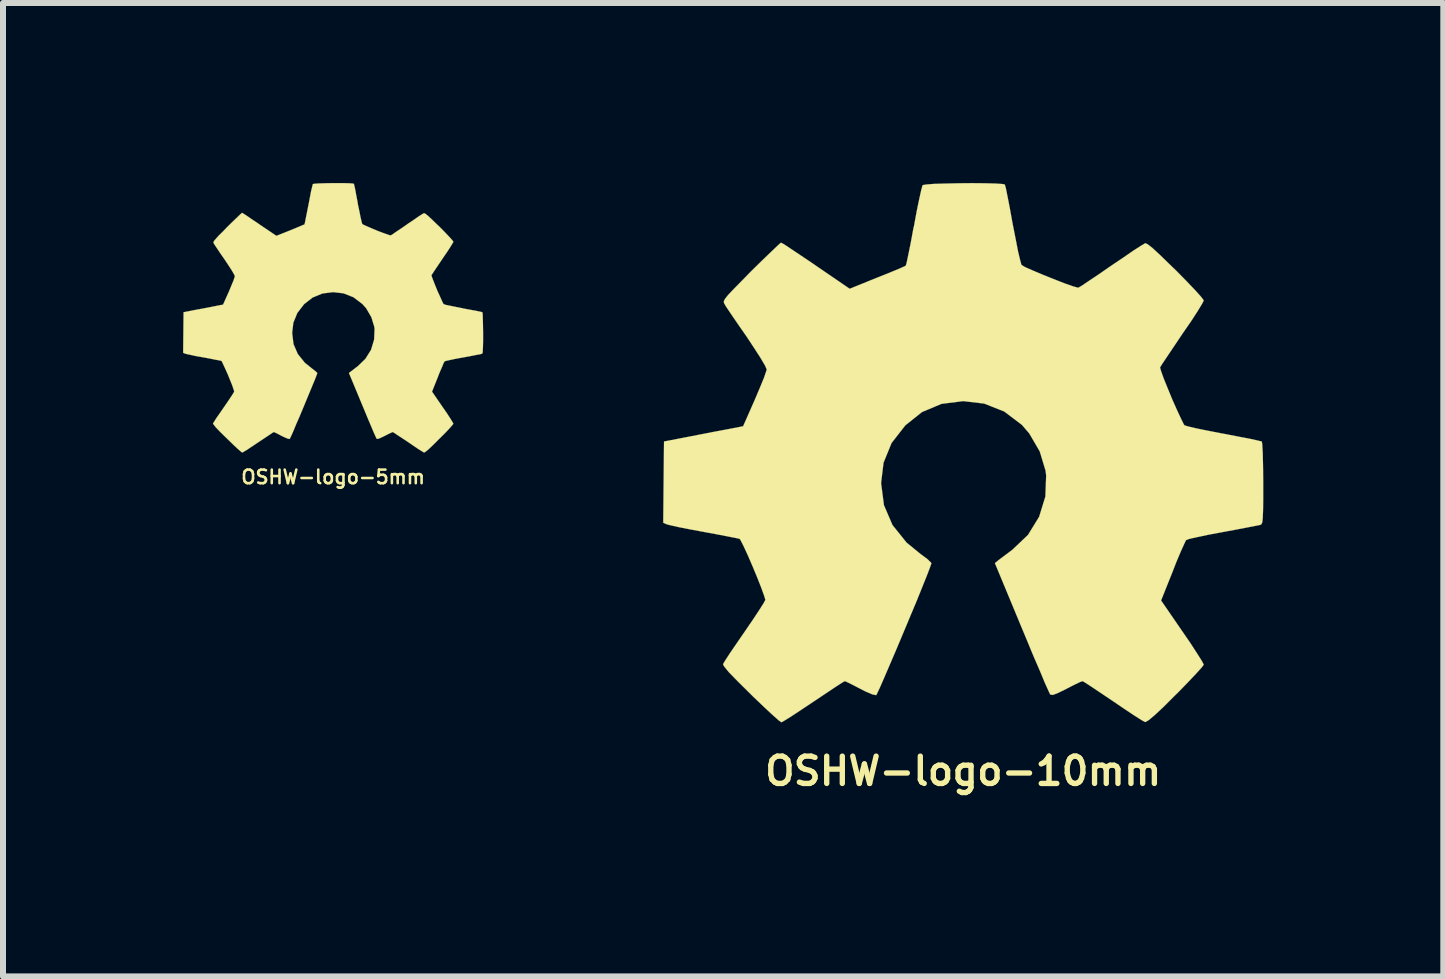
<source format=kicad_pcb>
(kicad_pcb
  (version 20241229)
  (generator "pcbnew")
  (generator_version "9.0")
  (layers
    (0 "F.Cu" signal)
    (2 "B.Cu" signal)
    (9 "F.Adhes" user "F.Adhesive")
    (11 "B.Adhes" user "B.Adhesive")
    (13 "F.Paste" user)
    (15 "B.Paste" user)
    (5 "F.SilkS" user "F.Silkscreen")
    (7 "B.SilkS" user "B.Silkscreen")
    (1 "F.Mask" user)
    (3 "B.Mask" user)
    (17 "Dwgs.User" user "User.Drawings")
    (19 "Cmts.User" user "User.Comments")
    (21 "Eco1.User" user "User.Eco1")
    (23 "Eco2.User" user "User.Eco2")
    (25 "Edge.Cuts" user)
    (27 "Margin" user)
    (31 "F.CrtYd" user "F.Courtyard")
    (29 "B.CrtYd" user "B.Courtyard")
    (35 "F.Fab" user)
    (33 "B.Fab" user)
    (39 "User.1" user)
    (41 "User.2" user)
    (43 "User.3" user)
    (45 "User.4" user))
  (footprint "OSHW-logo-10mm"
    (layer "F.Cu")
    (at 13.001 4.495)
    (property "Reference" "OSHW-logo-10mm" (at 0 5.304 0) (layer "F.SilkS") (effects (font (size 0.455 0.455) (thickness 0.089))))
    (attr through_hole)
    (fp_poly (pts (xy -3.03 4.491) (xy -2.979 4.463) (xy -2.86 4.389) (xy -2.695 4.28) (xy -2.497 4.148) (xy -2.299 4.016) (xy -2.136 3.907) (xy -2.022 3.833) (xy -1.974 3.805) (xy -1.948 3.815) (xy -1.854 3.861) (xy -1.717 3.932) (xy -1.638 3.973) (xy -1.514 4.026) (xy -1.45 4.039) (xy -1.44 4.021) (xy -1.394 3.924) (xy -1.323 3.762) (xy -1.229 3.543) (xy -1.12 3.289) (xy -1.006 3.018) (xy -0.889 2.738) (xy -0.777 2.471) (xy -0.681 2.233) (xy -0.602 2.037) (xy -0.551 1.902) (xy -0.531 1.844) (xy -0.536 1.831) (xy -0.599 1.77) (xy -0.709 1.689) (xy -0.945 1.496) (xy -1.179 1.204) (xy -1.321 0.874) (xy -1.369 0.505) (xy -1.328 0.165) (xy -1.194 -0.163) (xy -0.965 -0.457) (xy -0.688 -0.678) (xy -0.363 -0.815) (xy 0 -0.861) (xy 0.348 -0.82) (xy 0.683 -0.688) (xy 0.978 -0.465) (xy 1.102 -0.32) (xy 1.275 -0.023) (xy 1.372 0.297) (xy 1.382 0.378) (xy 1.369 0.729) (xy 1.265 1.067) (xy 1.079 1.369) (xy 0.82 1.615) (xy 0.79 1.638) (xy 0.671 1.727) (xy 0.589 1.788) (xy 0.528 1.839) (xy 0.975 2.916) (xy 1.046 3.086) (xy 1.168 3.381) (xy 1.278 3.635) (xy 1.361 3.835) (xy 1.422 3.97) (xy 1.448 4.026) (xy 1.45 4.028) (xy 1.491 4.036) (xy 1.572 4.006) (xy 1.722 3.932) (xy 1.821 3.881) (xy 1.935 3.825) (xy 1.989 3.805) (xy 2.032 3.83) (xy 2.141 3.901) (xy 2.301 4.008) (xy 2.494 4.138) (xy 2.677 4.262) (xy 2.845 4.374) (xy 2.969 4.453) (xy 3.028 4.486) (xy 3.038 4.486) (xy 3.091 4.455) (xy 3.188 4.374) (xy 3.335 4.237) (xy 3.541 4.031) (xy 3.574 4) (xy 3.744 3.825) (xy 3.881 3.68) (xy 3.975 3.576) (xy 4.008 3.531) (xy 3.978 3.472) (xy 3.901 3.35) (xy 3.79 3.178) (xy 3.653 2.979) (xy 3.297 2.461) (xy 3.493 1.971) (xy 3.551 1.821) (xy 3.627 1.641) (xy 3.686 1.511) (xy 3.713 1.455) (xy 3.767 1.435) (xy 3.901 1.405) (xy 4.094 1.364) (xy 4.326 1.321) (xy 4.547 1.28) (xy 4.745 1.242) (xy 4.889 1.214) (xy 4.953 1.201) (xy 4.968 1.191) (xy 4.983 1.161) (xy 4.991 1.092) (xy 4.996 0.973) (xy 4.999 0.782) (xy 4.999 0.505) (xy 4.999 0.475) (xy 4.996 0.213) (xy 4.991 0.003) (xy 4.983 -0.135) (xy 4.976 -0.188) (xy 4.973 -0.188) (xy 4.912 -0.203) (xy 4.773 -0.234) (xy 4.572 -0.272) (xy 4.336 -0.318) (xy 4.321 -0.32) (xy 4.084 -0.366) (xy 3.886 -0.406) (xy 3.747 -0.439) (xy 3.688 -0.457) (xy 3.675 -0.475) (xy 3.63 -0.566) (xy 3.561 -0.714) (xy 3.482 -0.892) (xy 3.406 -1.077) (xy 3.338 -1.245) (xy 3.294 -1.369) (xy 3.279 -1.425) (xy 3.282 -1.427) (xy 3.317 -1.483) (xy 3.399 -1.605) (xy 3.513 -1.775) (xy 3.65 -1.979) (xy 3.66 -1.994) (xy 3.797 -2.192) (xy 3.907 -2.362) (xy 3.98 -2.482) (xy 4.008 -2.537) (xy 4.008 -2.54) (xy 3.962 -2.601) (xy 3.861 -2.713) (xy 3.716 -2.865) (xy 3.541 -3.043) (xy 3.485 -3.096) (xy 3.289 -3.287) (xy 3.155 -3.411) (xy 3.071 -3.477) (xy 3.03 -3.493) (xy 3.03 -3.49) (xy 2.969 -3.454) (xy 2.842 -3.373) (xy 2.672 -3.256) (xy 2.469 -3.119) (xy 2.454 -3.109) (xy 2.256 -2.972) (xy 2.088 -2.86) (xy 1.971 -2.781) (xy 1.918 -2.751) (xy 1.91 -2.751) (xy 1.829 -2.774) (xy 1.687 -2.824) (xy 1.511 -2.893) (xy 1.326 -2.967) (xy 1.158 -3.038) (xy 1.031 -3.094) (xy 0.973 -3.129) (xy 0.97 -3.132) (xy 0.95 -3.203) (xy 0.914 -3.353) (xy 0.874 -3.559) (xy 0.826 -3.802) (xy 0.818 -3.843) (xy 0.775 -4.082) (xy 0.737 -4.277) (xy 0.709 -4.415) (xy 0.693 -4.47) (xy 0.66 -4.478) (xy 0.544 -4.486) (xy 0.366 -4.491) (xy 0.15 -4.493) (xy -0.076 -4.491) (xy -0.297 -4.486) (xy -0.485 -4.481) (xy -0.62 -4.47) (xy -0.676 -4.46) (xy -0.678 -4.455) (xy -0.699 -4.381) (xy -0.732 -4.232) (xy -0.775 -4.026) (xy -0.82 -3.78) (xy -0.831 -3.736) (xy -0.874 -3.5) (xy -0.914 -3.305) (xy -0.942 -3.17) (xy -0.958 -3.117) (xy -0.98 -3.106) (xy -1.077 -3.063) (xy -1.237 -2.997) (xy -1.435 -2.918) (xy -1.892 -2.733) (xy -2.454 -3.117) (xy -2.504 -3.152) (xy -2.708 -3.289) (xy -2.873 -3.399) (xy -2.987 -3.475) (xy -3.035 -3.5) (xy -3.04 -3.5) (xy -3.096 -3.449) (xy -3.205 -3.345) (xy -3.358 -3.198) (xy -3.536 -3.023) (xy -3.665 -2.891) (xy -3.82 -2.733) (xy -3.919 -2.629) (xy -3.973 -2.56) (xy -3.99 -2.52) (xy -3.985 -2.492) (xy -3.95 -2.433) (xy -3.868 -2.311) (xy -3.752 -2.141) (xy -3.614 -1.943) (xy -3.503 -1.775) (xy -3.381 -1.587) (xy -3.302 -1.453) (xy -3.274 -1.387) (xy -3.282 -1.361) (xy -3.32 -1.25) (xy -3.388 -1.085) (xy -3.472 -0.886) (xy -3.668 -0.442) (xy -3.957 -0.386) (xy -4.135 -0.353) (xy -4.381 -0.305) (xy -4.618 -0.259) (xy -4.986 -0.188) (xy -4.999 1.166) (xy -4.943 1.191) (xy -4.887 1.206) (xy -4.75 1.237) (xy -4.557 1.275) (xy -4.326 1.318) (xy -4.13 1.354) (xy -3.932 1.392) (xy -3.79 1.42) (xy -3.729 1.433) (xy -3.711 1.455) (xy -3.663 1.549) (xy -3.592 1.702) (xy -3.513 1.885) (xy -3.434 2.075) (xy -3.365 2.25) (xy -3.317 2.383) (xy -3.297 2.451) (xy -3.325 2.504) (xy -3.399 2.621) (xy -3.508 2.786) (xy -3.642 2.982) (xy -3.777 3.178) (xy -3.891 3.345) (xy -3.97 3.467) (xy -4.003 3.523) (xy -3.985 3.559) (xy -3.907 3.655) (xy -3.759 3.807) (xy -3.538 4.026) (xy -3.503 4.061) (xy -3.327 4.229) (xy -3.18 4.366) (xy -3.076 4.458) (xy -3.03 4.491)) (stroke (width 0.003) (type solid)) (fill yes) (layer "F.SilkS")))
  (footprint "OSHW-logo-5mm"
    (layer "F.Cu")
    (at 2.501 2.247)
    (property "Reference" "OSHW-logo-5mm" (at 0 2.652 0) (layer "F.SilkS") (effects (font (size 0.226 0.226) (thickness 0.043))))
    (attr through_hole)
    (fp_poly (pts (xy -1.514 2.245) (xy -1.488 2.23) (xy -1.43 2.195) (xy -1.346 2.139) (xy -1.247 2.073) (xy -1.148 2.007) (xy -1.067 1.953) (xy -1.011 1.915) (xy -0.986 1.902) (xy -0.973 1.908) (xy -0.927 1.93) (xy -0.859 1.966) (xy -0.818 1.986) (xy -0.757 2.012) (xy -0.724 2.019) (xy -0.719 2.009) (xy -0.696 1.961) (xy -0.66 1.88) (xy -0.615 1.77) (xy -0.559 1.643) (xy -0.503 1.509) (xy -0.445 1.369) (xy -0.389 1.234) (xy -0.34 1.115) (xy -0.3 1.019) (xy -0.274 0.95) (xy -0.264 0.922) (xy -0.267 0.914) (xy -0.3 0.884) (xy -0.353 0.843) (xy -0.472 0.747) (xy -0.589 0.602) (xy -0.66 0.437) (xy -0.683 0.251) (xy -0.663 0.081) (xy -0.597 -0.081) (xy -0.483 -0.229) (xy -0.343 -0.338) (xy -0.18 -0.406) (xy 0 -0.429) (xy 0.173 -0.409) (xy 0.34 -0.343) (xy 0.488 -0.231) (xy 0.551 -0.16) (xy 0.638 -0.01) (xy 0.686 0.147) (xy 0.691 0.188) (xy 0.683 0.363) (xy 0.632 0.533) (xy 0.538 0.683) (xy 0.409 0.808) (xy 0.394 0.818) (xy 0.335 0.864) (xy 0.295 0.894) (xy 0.264 0.919) (xy 0.488 1.458) (xy 0.523 1.542) (xy 0.584 1.689) (xy 0.638 1.816) (xy 0.681 1.918) (xy 0.711 1.984) (xy 0.724 2.012) (xy 0.724 2.014) (xy 0.744 2.017) (xy 0.785 2.002) (xy 0.861 1.966) (xy 0.909 1.941) (xy 0.968 1.913) (xy 0.993 1.902) (xy 1.016 1.915) (xy 1.069 1.951) (xy 1.151 2.004) (xy 1.247 2.068) (xy 1.339 2.131) (xy 1.422 2.187) (xy 1.483 2.225) (xy 1.514 2.243) (xy 1.519 2.243) (xy 1.544 2.228) (xy 1.593 2.187) (xy 1.666 2.118) (xy 1.77 2.014) (xy 1.786 1.999) (xy 1.872 1.913) (xy 1.941 1.839) (xy 1.986 1.788) (xy 2.004 1.765) (xy 1.989 1.735) (xy 1.951 1.674) (xy 1.895 1.587) (xy 1.826 1.488) (xy 1.648 1.229) (xy 1.745 0.986) (xy 1.775 0.909) (xy 1.814 0.82) (xy 1.841 0.754) (xy 1.857 0.726) (xy 1.882 0.716) (xy 1.951 0.701) (xy 2.047 0.681) (xy 2.162 0.66) (xy 2.273 0.64) (xy 2.372 0.62) (xy 2.443 0.607) (xy 2.477 0.599) (xy 2.484 0.594) (xy 2.492 0.579) (xy 2.494 0.546) (xy 2.497 0.485) (xy 2.499 0.391) (xy 2.499 0.251) (xy 2.499 0.236) (xy 2.497 0.107) (xy 2.494 0) (xy 2.492 -0.066) (xy 2.487 -0.094) (xy 2.456 -0.102) (xy 2.385 -0.117) (xy 2.286 -0.135) (xy 2.167 -0.157) (xy 2.159 -0.16) (xy 2.042 -0.183) (xy 1.943 -0.203) (xy 1.872 -0.218) (xy 1.844 -0.229) (xy 1.836 -0.236) (xy 1.814 -0.282) (xy 1.781 -0.356) (xy 1.74 -0.445) (xy 1.702 -0.538) (xy 1.669 -0.622) (xy 1.646 -0.683) (xy 1.638 -0.711) (xy 1.641 -0.714) (xy 1.659 -0.742) (xy 1.699 -0.803) (xy 1.755 -0.886) (xy 1.824 -0.988) (xy 1.829 -0.996) (xy 1.897 -1.095) (xy 1.953 -1.181) (xy 1.989 -1.24) (xy 2.004 -1.267) (xy 2.004 -1.27) (xy 1.981 -1.3) (xy 1.93 -1.356) (xy 1.857 -1.433) (xy 1.77 -1.521) (xy 1.742 -1.547) (xy 1.643 -1.643) (xy 1.577 -1.704) (xy 1.534 -1.737) (xy 1.514 -1.745) (xy 1.483 -1.727) (xy 1.42 -1.687) (xy 1.336 -1.628) (xy 1.234 -1.56) (xy 1.227 -1.554) (xy 1.128 -1.486) (xy 1.044 -1.43) (xy 0.986 -1.389) (xy 0.958 -1.374) (xy 0.955 -1.374) (xy 0.914 -1.387) (xy 0.843 -1.412) (xy 0.754 -1.445) (xy 0.663 -1.483) (xy 0.579 -1.519) (xy 0.516 -1.547) (xy 0.485 -1.565) (xy 0.475 -1.6) (xy 0.457 -1.676) (xy 0.437 -1.778) (xy 0.411 -1.9) (xy 0.409 -1.92) (xy 0.386 -2.04) (xy 0.368 -2.139) (xy 0.353 -2.207) (xy 0.345 -2.235) (xy 0.33 -2.238) (xy 0.272 -2.243) (xy 0.183 -2.245) (xy 0.074 -2.245) (xy -0.038 -2.245) (xy -0.147 -2.243) (xy -0.241 -2.24) (xy -0.31 -2.235) (xy -0.338 -2.23) (xy -0.338 -2.228) (xy -0.348 -2.189) (xy -0.366 -2.116) (xy -0.386 -2.012) (xy -0.409 -1.89) (xy -0.414 -1.867) (xy -0.437 -1.75) (xy -0.457 -1.651) (xy -0.47 -1.585) (xy -0.478 -1.557) (xy -0.49 -1.552) (xy -0.538 -1.532) (xy -0.617 -1.499) (xy -0.716 -1.458) (xy -0.945 -1.367) (xy -1.227 -1.557) (xy -1.252 -1.575) (xy -1.354 -1.643) (xy -1.435 -1.699) (xy -1.494 -1.737) (xy -1.516 -1.75) (xy -1.519 -1.75) (xy -1.547 -1.725) (xy -1.603 -1.671) (xy -1.679 -1.598) (xy -1.768 -1.511) (xy -1.831 -1.445) (xy -1.91 -1.367) (xy -1.958 -1.313) (xy -1.986 -1.28) (xy -1.994 -1.26) (xy -1.991 -1.245) (xy -1.974 -1.217) (xy -1.933 -1.156) (xy -1.875 -1.069) (xy -1.806 -0.97) (xy -1.75 -0.886) (xy -1.689 -0.792) (xy -1.651 -0.726) (xy -1.636 -0.693) (xy -1.641 -0.681) (xy -1.659 -0.625) (xy -1.694 -0.541) (xy -1.735 -0.442) (xy -1.834 -0.221) (xy -1.979 -0.193) (xy -2.068 -0.175) (xy -2.189 -0.152) (xy -2.309 -0.13) (xy -2.492 -0.094) (xy -2.499 0.582) (xy -2.471 0.594) (xy -2.443 0.602) (xy -2.375 0.617) (xy -2.278 0.638) (xy -2.162 0.658) (xy -2.065 0.676) (xy -1.966 0.696) (xy -1.895 0.709) (xy -1.864 0.716) (xy -1.854 0.726) (xy -1.831 0.775) (xy -1.796 0.851) (xy -1.755 0.942) (xy -1.717 1.036) (xy -1.681 1.125) (xy -1.659 1.191) (xy -1.648 1.224) (xy -1.661 1.252) (xy -1.699 1.311) (xy -1.753 1.392) (xy -1.821 1.491) (xy -1.887 1.587) (xy -1.946 1.671) (xy -1.984 1.732) (xy -2.002 1.76) (xy -1.991 1.778) (xy -1.953 1.826) (xy -1.88 1.902) (xy -1.768 2.012) (xy -1.75 2.029) (xy -1.664 2.113) (xy -1.59 2.182) (xy -1.537 2.228) (xy -1.514 2.245)) (stroke (width 0.003) (type solid)) (fill yes) (layer "F.SilkS")))
  (gr_rect
    (start -3 -3)
    (end 21.001 13.22)
    (stroke (width 0.1) (type default))
    (fill no)
    (layer "Edge.Cuts")))
</source>
